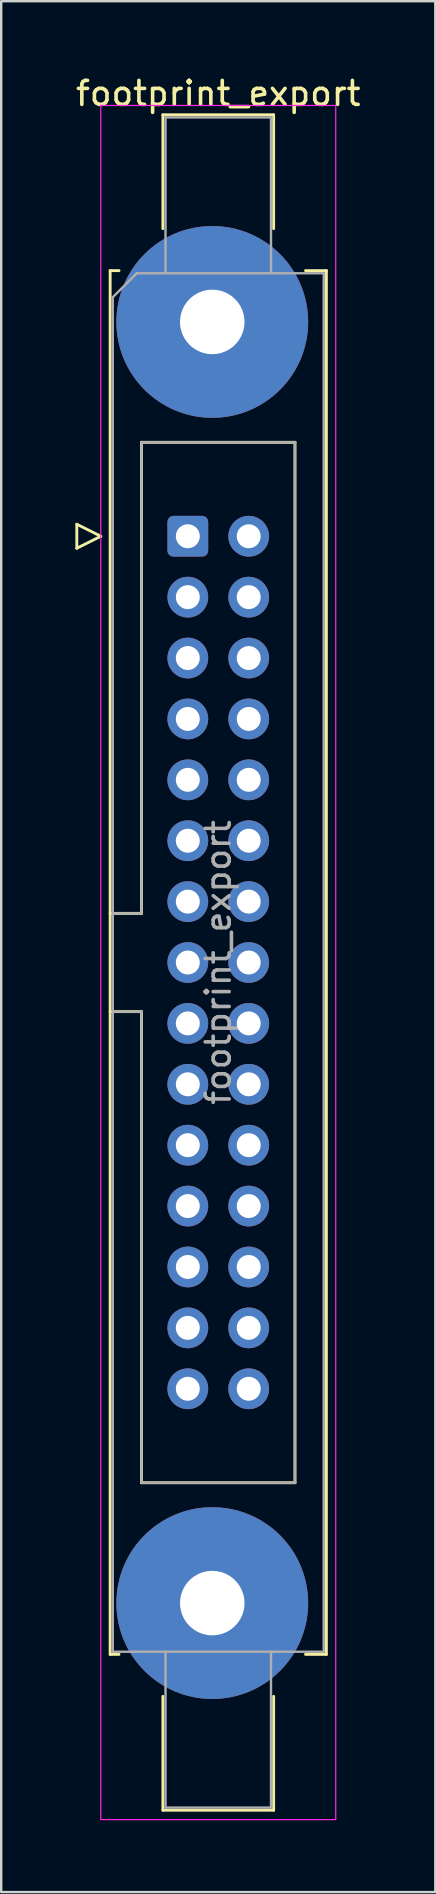
<source format=kicad_pcb>
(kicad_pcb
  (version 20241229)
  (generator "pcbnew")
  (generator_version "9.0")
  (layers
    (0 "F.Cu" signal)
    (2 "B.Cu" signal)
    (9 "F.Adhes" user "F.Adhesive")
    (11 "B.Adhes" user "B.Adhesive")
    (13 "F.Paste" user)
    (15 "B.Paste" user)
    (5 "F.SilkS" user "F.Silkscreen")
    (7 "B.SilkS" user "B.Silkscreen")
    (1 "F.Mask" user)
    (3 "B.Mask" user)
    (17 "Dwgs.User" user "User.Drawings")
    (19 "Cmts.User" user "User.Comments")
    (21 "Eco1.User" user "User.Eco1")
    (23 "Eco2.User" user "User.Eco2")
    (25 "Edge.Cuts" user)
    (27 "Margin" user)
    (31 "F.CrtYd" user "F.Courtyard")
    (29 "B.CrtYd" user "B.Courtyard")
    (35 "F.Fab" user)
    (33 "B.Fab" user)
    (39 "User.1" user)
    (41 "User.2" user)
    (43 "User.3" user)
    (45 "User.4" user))
  (footprint "footprint_export"
    (layer "F.Cu")
    (at 4.784 19.318)
    (property "Reference" "footprint_export" (at 1.27 -18.47 0) (layer "F.SilkS") (effects (font (size 1 1) (thickness 0.15))))
    (attr through_hole)
    (fp_line (start -4.63 -0.5) (end -4.63 0.5) (stroke (width 0.12) (type solid)) (layer "F.SilkS"))
    (fp_line (start -4.63 0.5) (end -3.63 0) (stroke (width 0.12) (type solid)) (layer "F.SilkS"))
    (fp_line (start -3.63 0) (end -4.63 -0.5) (stroke (width 0.12) (type solid)) (layer "F.SilkS"))
    (fp_line (start -3.24 -11.08) (end -3.24 46.64) (stroke (width 0.12) (type solid)) (layer "F.SilkS"))
    (fp_line (start -3.24 15.73) (end -1.93 15.73) (stroke (width 0.12) (type solid)) (layer "F.SilkS"))
    (fp_line (start -3.24 46.64) (end -2.87 46.64) (stroke (width 0.12) (type solid)) (layer "F.SilkS"))
    (fp_line (start -2.87 -11.08) (end -3.24 -11.08) (stroke (width 0.12) (type solid)) (layer "F.SilkS"))
    (fp_line (start -1.93 -3.92) (end 4.47 -3.92) (stroke (width 0.12) (type solid)) (layer "F.SilkS"))
    (fp_line (start -1.93 15.73) (end -1.93 -3.92) (stroke (width 0.12) (type solid)) (layer "F.SilkS"))
    (fp_line (start -1.93 19.83) (end -3.24 19.83) (stroke (width 0.12) (type solid)) (layer "F.SilkS"))
    (fp_line (start -1.93 19.83) (end -1.93 19.83) (stroke (width 0.12) (type solid)) (layer "F.SilkS"))
    (fp_line (start -1.93 39.48) (end -1.93 19.83) (stroke (width 0.12) (type solid)) (layer "F.SilkS"))
    (fp_line (start -1.04 -17.58) (end 3.58 -17.58) (stroke (width 0.12) (type solid)) (layer "F.SilkS"))
    (fp_line (start -1.04 -12.83) (end -1.04 -17.58) (stroke (width 0.12) (type solid)) (layer "F.SilkS"))
    (fp_line (start -1.04 48.39) (end -1.04 53.14) (stroke (width 0.12) (type solid)) (layer "F.SilkS"))
    (fp_line (start -1.04 53.14) (end 3.58 53.14) (stroke (width 0.12) (type solid)) (layer "F.SilkS"))
    (fp_line (start 3.58 -17.58) (end 3.58 -12.83) (stroke (width 0.12) (type solid)) (layer "F.SilkS"))
    (fp_line (start 3.58 53.14) (end 3.58 48.39) (stroke (width 0.12) (type solid)) (layer "F.SilkS"))
    (fp_line (start 4.47 -3.92) (end 4.47 39.48) (stroke (width 0.12) (type solid)) (layer "F.SilkS"))
    (fp_line (start 4.47 39.48) (end -1.93 39.48) (stroke (width 0.12) (type solid)) (layer "F.SilkS"))
    (fp_line (start 4.91 -11.08) (end 5.78 -11.08) (stroke (width 0.12) (type solid)) (layer "F.SilkS"))
    (fp_line (start 5.78 -11.08) (end 5.78 46.64) (stroke (width 0.12) (type solid)) (layer "F.SilkS"))
    (fp_line (start 5.78 46.64) (end 4.91 46.64) (stroke (width 0.12) (type solid)) (layer "F.SilkS"))
    (fp_line (start -3.63 -17.97) (end -3.63 53.53) (stroke (width 0.05) (type solid)) (layer "F.CrtYd"))
    (fp_line (start -3.63 53.53) (end 6.17 53.53) (stroke (width 0.05) (type solid)) (layer "F.CrtYd"))
    (fp_line (start 6.17 -17.97) (end -3.63 -17.97) (stroke (width 0.05) (type solid)) (layer "F.CrtYd"))
    (fp_line (start 6.17 53.53) (end 6.17 -17.97) (stroke (width 0.05) (type solid)) (layer "F.CrtYd"))
    (fp_line (start -3.13 -9.97) (end -2.13 -10.97) (stroke (width 0.1) (type solid)) (layer "F.Fab"))
    (fp_line (start -3.13 15.73) (end -1.93 15.73) (stroke (width 0.1) (type solid)) (layer "F.Fab"))
    (fp_line (start -3.13 46.53) (end -3.13 -9.97) (stroke (width 0.1) (type solid)) (layer "F.Fab"))
    (fp_line (start -2.13 -10.97) (end 5.67 -10.97) (stroke (width 0.1) (type solid)) (layer "F.Fab"))
    (fp_line (start -1.93 -3.92) (end 4.47 -3.92) (stroke (width 0.1) (type solid)) (layer "F.Fab"))
    (fp_line (start -1.93 15.73) (end -1.93 -3.92) (stroke (width 0.1) (type solid)) (layer "F.Fab"))
    (fp_line (start -1.93 19.83) (end -3.13 19.83) (stroke (width 0.1) (type solid)) (layer "F.Fab"))
    (fp_line (start -1.93 19.83) (end -1.93 19.83) (stroke (width 0.1) (type solid)) (layer "F.Fab"))
    (fp_line (start -1.93 39.48) (end -1.93 19.83) (stroke (width 0.1) (type solid)) (layer "F.Fab"))
    (fp_line (start -0.93 -17.47) (end 3.47 -17.47) (stroke (width 0.1) (type solid)) (layer "F.Fab"))
    (fp_line (start -0.93 -10.97) (end -0.93 -17.47) (stroke (width 0.1) (type solid)) (layer "F.Fab"))
    (fp_line (start -0.93 46.53) (end -0.93 53.03) (stroke (width 0.1) (type solid)) (layer "F.Fab"))
    (fp_line (start -0.93 53.03) (end 3.47 53.03) (stroke (width 0.1) (type solid)) (layer "F.Fab"))
    (fp_line (start 3.47 -17.47) (end 3.47 -10.97) (stroke (width 0.1) (type solid)) (layer "F.Fab"))
    (fp_line (start 3.47 53.03) (end 3.47 46.53) (stroke (width 0.1) (type solid)) (layer "F.Fab"))
    (fp_line (start 4.47 -3.92) (end 4.47 39.48) (stroke (width 0.1) (type solid)) (layer "F.Fab"))
    (fp_line (start 4.47 39.48) (end -1.93 39.48) (stroke (width 0.1) (type solid)) (layer "F.Fab"))
    (fp_line (start 5.67 -10.97) (end 5.67 46.53) (stroke (width 0.1) (type solid)) (layer "F.Fab"))
    (fp_line (start 5.67 46.53) (end -3.13 46.53) (stroke (width 0.1) (type solid)) (layer "F.Fab"))
    (fp_text user "${REFERENCE}" (at 1.27 17.78 90) (layer "F.Fab") (effects (font (size 1 1) (thickness 0.15))))
    (pad "1" thru_hole roundrect (at 0 0) (size 1.7 1.7) (drill 1) (layers "*.Cu" "*.Mask") (roundrect_rratio 0.147))
    (pad "2" thru_hole circle (at 2.54 0) (size 1.7 1.7) (drill 1) (layers "*.Cu" "*.Mask"))
    (pad "3" thru_hole circle (at 0 2.54) (size 1.7 1.7) (drill 1) (layers "*.Cu" "*.Mask"))
    (pad "4" thru_hole circle (at 2.54 2.54) (size 1.7 1.7) (drill 1) (layers "*.Cu" "*.Mask"))
    (pad "5" thru_hole circle (at 0 5.08) (size 1.7 1.7) (drill 1) (layers "*.Cu" "*.Mask"))
    (pad "6" thru_hole circle (at 2.54 5.08) (size 1.7 1.7) (drill 1) (layers "*.Cu" "*.Mask"))
    (pad "7" thru_hole circle (at 0 7.62) (size 1.7 1.7) (drill 1) (layers "*.Cu" "*.Mask"))
    (pad "8" thru_hole circle (at 2.54 7.62) (size 1.7 1.7) (drill 1) (layers "*.Cu" "*.Mask"))
    (pad "9" thru_hole circle (at 0 10.16) (size 1.7 1.7) (drill 1) (layers "*.Cu" "*.Mask"))
    (pad "10" thru_hole circle (at 2.54 10.16) (size 1.7 1.7) (drill 1) (layers "*.Cu" "*.Mask"))
    (pad "11" thru_hole circle (at 0 12.7) (size 1.7 1.7) (drill 1) (layers "*.Cu" "*.Mask"))
    (pad "12" thru_hole circle (at 2.54 12.7) (size 1.7 1.7) (drill 1) (layers "*.Cu" "*.Mask"))
    (pad "13" thru_hole circle (at 0 15.24) (size 1.7 1.7) (drill 1) (layers "*.Cu" "*.Mask"))
    (pad "14" thru_hole circle (at 2.54 15.24) (size 1.7 1.7) (drill 1) (layers "*.Cu" "*.Mask"))
    (pad "15" thru_hole circle (at 0 17.78) (size 1.7 1.7) (drill 1) (layers "*.Cu" "*.Mask"))
    (pad "16" thru_hole circle (at 2.54 17.78) (size 1.7 1.7) (drill 1) (layers "*.Cu" "*.Mask"))
    (pad "17" thru_hole circle (at 0 20.32) (size 1.7 1.7) (drill 1) (layers "*.Cu" "*.Mask"))
    (pad "18" thru_hole circle (at 2.54 20.32) (size 1.7 1.7) (drill 1) (layers "*.Cu" "*.Mask"))
    (pad "19" thru_hole circle (at 0 22.86) (size 1.7 1.7) (drill 1) (layers "*.Cu" "*.Mask"))
    (pad "20" thru_hole circle (at 2.54 22.86) (size 1.7 1.7) (drill 1) (layers "*.Cu" "*.Mask"))
    (pad "21" thru_hole circle (at 0 25.4) (size 1.7 1.7) (drill 1) (layers "*.Cu" "*.Mask"))
    (pad "22" thru_hole circle (at 2.54 25.4) (size 1.7 1.7) (drill 1) (layers "*.Cu" "*.Mask"))
    (pad "23" thru_hole circle (at 0 27.94) (size 1.7 1.7) (drill 1) (layers "*.Cu" "*.Mask"))
    (pad "24" thru_hole circle (at 2.54 27.94) (size 1.7 1.7) (drill 1) (layers "*.Cu" "*.Mask"))
    (pad "25" thru_hole circle (at 0 30.48) (size 1.7 1.7) (drill 1) (layers "*.Cu" "*.Mask"))
    (pad "26" thru_hole circle (at 2.54 30.48) (size 1.7 1.7) (drill 1) (layers "*.Cu" "*.Mask"))
    (pad "27" thru_hole circle (at 0 33.02) (size 1.7 1.7) (drill 1) (layers "*.Cu" "*.Mask"))
    (pad "28" thru_hole circle (at 2.54 33.02) (size 1.7 1.7) (drill 1) (layers "*.Cu" "*.Mask"))
    (pad "29" thru_hole circle (at 0 35.56) (size 1.7 1.7) (drill 1) (layers "*.Cu" "*.Mask"))
    (pad "30" thru_hole circle (at 2.54 35.56) (size 1.7 1.7) (drill 1) (layers "*.Cu" "*.Mask"))
    (pad "MP" thru_hole circle (at 1.02 -8.94) (size 8 8) (drill 2.69) (layers "*.Cu" "*.Mask"))
    (pad "MP" thru_hole circle (at 1.02 44.5) (size 8 8) (drill 2.69) (layers "*.Cu" "*.Mask")))
  (gr_rect
    (start -3 -3)
    (end 15.107 75.873)
    (stroke (width 0.1) (type default))
    (fill no)
    (layer "Edge.Cuts")))
</source>
